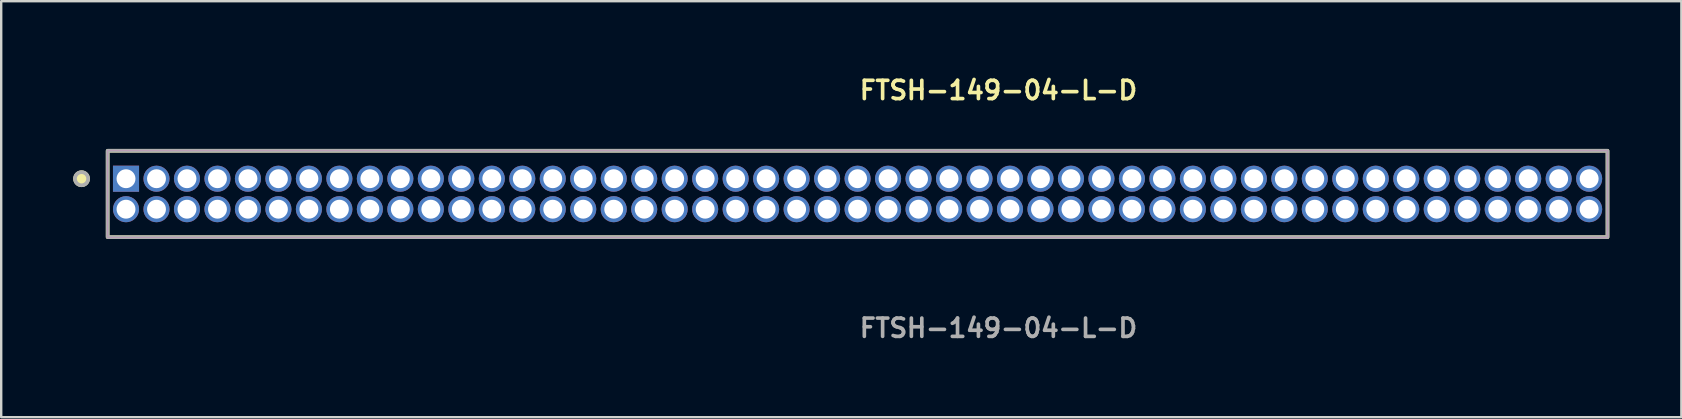
<source format=kicad_pcb>
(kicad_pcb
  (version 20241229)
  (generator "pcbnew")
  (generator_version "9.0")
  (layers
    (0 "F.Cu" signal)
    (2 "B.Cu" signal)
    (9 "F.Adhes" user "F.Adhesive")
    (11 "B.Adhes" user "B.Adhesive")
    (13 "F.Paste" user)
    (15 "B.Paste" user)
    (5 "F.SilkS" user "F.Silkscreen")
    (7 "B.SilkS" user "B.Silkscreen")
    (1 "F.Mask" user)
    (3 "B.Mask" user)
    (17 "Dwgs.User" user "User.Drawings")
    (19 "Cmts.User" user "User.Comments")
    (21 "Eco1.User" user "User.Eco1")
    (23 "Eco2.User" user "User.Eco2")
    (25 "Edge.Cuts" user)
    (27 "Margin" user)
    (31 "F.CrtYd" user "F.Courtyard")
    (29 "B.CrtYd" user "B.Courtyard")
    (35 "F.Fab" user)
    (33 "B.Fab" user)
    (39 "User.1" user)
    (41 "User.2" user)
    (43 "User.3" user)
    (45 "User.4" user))
  (footprint "FTSH-149-04-L-D"
    (layer "F.Cu")
    (at 32.68 5.031)
    (property "Reference" "FTSH-149-04-L-D" (at 0 -4.318 0) (unlocked yes) (layer "F.SilkS") (effects (font (size 0.762 0.762) (thickness 0.152)) (justify left)))
    (fp_rect (start -31.245 1.8) (end 31.245 -1.8) (stroke (width 0.152) (type solid)) (fill no) (layer "F.SilkS"))
    (fp_circle (center -32.332 -0.635) (end -32.604 -0.635) (stroke (width 0.152) (type solid)) (fill yes) (layer "F.SilkS"))
    (fp_rect (start -31.245 1.8) (end 31.245 -1.8) (stroke (width 0.006) (type solid)) (fill no) (layer "F.CrtYd"))
    (fp_rect (start -31.245 1.8) (end 31.245 -1.8) (stroke (width 0.152) (type solid)) (fill no) (layer "F.Fab"))
    (fp_circle (center -32.332 -0.635) (end -32.604 -0.635) (stroke (width 0.152) (type solid)) (fill no) (layer "F.Fab"))
    (fp_text user "${REFERENCE}" (at 0 5.588 0) (unlocked yes) (layer "F.Fab") (effects (font (size 0.762 0.762) (thickness 0.152)) (justify left)))
    (pad "1" thru_hole rect (at -30.48 -0.635) (size 1.087 1.087) (drill 0.787) (layers "*.Cu" "*.Mask"))
    (pad "2" thru_hole circle (at -30.48 0.635) (size 1.087 1.087) (drill 0.787) (layers "*.Cu" "*.Mask"))
    (pad "3" thru_hole circle (at -29.21 -0.635) (size 1.087 1.087) (drill 0.787) (layers "*.Cu" "*.Mask"))
    (pad "4" thru_hole circle (at -29.21 0.635) (size 1.087 1.087) (drill 0.787) (layers "*.Cu" "*.Mask"))
    (pad "5" thru_hole circle (at -27.94 -0.635) (size 1.087 1.087) (drill 0.787) (layers "*.Cu" "*.Mask"))
    (pad "6" thru_hole circle (at -27.94 0.635) (size 1.087 1.087) (drill 0.787) (layers "*.Cu" "*.Mask"))
    (pad "7" thru_hole circle (at -26.67 -0.635) (size 1.087 1.087) (drill 0.787) (layers "*.Cu" "*.Mask"))
    (pad "8" thru_hole circle (at -26.67 0.635) (size 1.087 1.087) (drill 0.787) (layers "*.Cu" "*.Mask"))
    (pad "9" thru_hole circle (at -25.4 -0.635) (size 1.087 1.087) (drill 0.787) (layers "*.Cu" "*.Mask"))
    (pad "10" thru_hole circle (at -25.4 0.635) (size 1.087 1.087) (drill 0.787) (layers "*.Cu" "*.Mask"))
    (pad "11" thru_hole circle (at -24.13 -0.635) (size 1.087 1.087) (drill 0.787) (layers "*.Cu" "*.Mask"))
    (pad "12" thru_hole circle (at -24.13 0.635) (size 1.087 1.087) (drill 0.787) (layers "*.Cu" "*.Mask"))
    (pad "13" thru_hole circle (at -22.86 -0.635) (size 1.087 1.087) (drill 0.787) (layers "*.Cu" "*.Mask"))
    (pad "14" thru_hole circle (at -22.86 0.635) (size 1.087 1.087) (drill 0.787) (layers "*.Cu" "*.Mask"))
    (pad "15" thru_hole circle (at -21.59 -0.635) (size 1.087 1.087) (drill 0.787) (layers "*.Cu" "*.Mask"))
    (pad "16" thru_hole circle (at -21.59 0.635) (size 1.087 1.087) (drill 0.787) (layers "*.Cu" "*.Mask"))
    (pad "17" thru_hole circle (at -20.32 -0.635) (size 1.087 1.087) (drill 0.787) (layers "*.Cu" "*.Mask"))
    (pad "18" thru_hole circle (at -20.32 0.635) (size 1.087 1.087) (drill 0.787) (layers "*.Cu" "*.Mask"))
    (pad "19" thru_hole circle (at -19.05 -0.635) (size 1.087 1.087) (drill 0.787) (layers "*.Cu" "*.Mask"))
    (pad "20" thru_hole circle (at -19.05 0.635) (size 1.087 1.087) (drill 0.787) (layers "*.Cu" "*.Mask"))
    (pad "21" thru_hole circle (at -17.78 -0.635) (size 1.087 1.087) (drill 0.787) (layers "*.Cu" "*.Mask"))
    (pad "22" thru_hole circle (at -17.78 0.635) (size 1.087 1.087) (drill 0.787) (layers "*.Cu" "*.Mask"))
    (pad "23" thru_hole circle (at -16.51 -0.635) (size 1.087 1.087) (drill 0.787) (layers "*.Cu" "*.Mask"))
    (pad "24" thru_hole circle (at -16.51 0.635) (size 1.087 1.087) (drill 0.787) (layers "*.Cu" "*.Mask"))
    (pad "25" thru_hole circle (at -15.24 -0.635) (size 1.087 1.087) (drill 0.787) (layers "*.Cu" "*.Mask"))
    (pad "26" thru_hole circle (at -15.24 0.635) (size 1.087 1.087) (drill 0.787) (layers "*.Cu" "*.Mask"))
    (pad "27" thru_hole circle (at -13.97 -0.635) (size 1.087 1.087) (drill 0.787) (layers "*.Cu" "*.Mask"))
    (pad "28" thru_hole circle (at -13.97 0.635) (size 1.087 1.087) (drill 0.787) (layers "*.Cu" "*.Mask"))
    (pad "29" thru_hole circle (at -12.7 -0.635) (size 1.087 1.087) (drill 0.787) (layers "*.Cu" "*.Mask"))
    (pad "30" thru_hole circle (at -12.7 0.635) (size 1.087 1.087) (drill 0.787) (layers "*.Cu" "*.Mask"))
    (pad "31" thru_hole circle (at -11.43 -0.635) (size 1.087 1.087) (drill 0.787) (layers "*.Cu" "*.Mask"))
    (pad "32" thru_hole circle (at -11.43 0.635) (size 1.087 1.087) (drill 0.787) (layers "*.Cu" "*.Mask"))
    (pad "33" thru_hole circle (at -10.16 -0.635) (size 1.087 1.087) (drill 0.787) (layers "*.Cu" "*.Mask"))
    (pad "34" thru_hole circle (at -10.16 0.635) (size 1.087 1.087) (drill 0.787) (layers "*.Cu" "*.Mask"))
    (pad "35" thru_hole circle (at -8.89 -0.635) (size 1.087 1.087) (drill 0.787) (layers "*.Cu" "*.Mask"))
    (pad "36" thru_hole circle (at -8.89 0.635) (size 1.087 1.087) (drill 0.787) (layers "*.Cu" "*.Mask"))
    (pad "37" thru_hole circle (at -7.62 -0.635) (size 1.087 1.087) (drill 0.787) (layers "*.Cu" "*.Mask"))
    (pad "38" thru_hole circle (at -7.62 0.635) (size 1.087 1.087) (drill 0.787) (layers "*.Cu" "*.Mask"))
    (pad "39" thru_hole circle (at -6.35 -0.635) (size 1.087 1.087) (drill 0.787) (layers "*.Cu" "*.Mask"))
    (pad "40" thru_hole circle (at -6.35 0.635) (size 1.087 1.087) (drill 0.787) (layers "*.Cu" "*.Mask"))
    (pad "41" thru_hole circle (at -5.08 -0.635) (size 1.087 1.087) (drill 0.787) (layers "*.Cu" "*.Mask"))
    (pad "42" thru_hole circle (at -5.08 0.635) (size 1.087 1.087) (drill 0.787) (layers "*.Cu" "*.Mask"))
    (pad "43" thru_hole circle (at -3.81 -0.635) (size 1.087 1.087) (drill 0.787) (layers "*.Cu" "*.Mask"))
    (pad "44" thru_hole circle (at -3.81 0.635) (size 1.087 1.087) (drill 0.787) (layers "*.Cu" "*.Mask"))
    (pad "45" thru_hole circle (at -2.54 -0.635) (size 1.087 1.087) (drill 0.787) (layers "*.Cu" "*.Mask"))
    (pad "46" thru_hole circle (at -2.54 0.635) (size 1.087 1.087) (drill 0.787) (layers "*.Cu" "*.Mask"))
    (pad "47" thru_hole circle (at -1.27 -0.635) (size 1.087 1.087) (drill 0.787) (layers "*.Cu" "*.Mask"))
    (pad "48" thru_hole circle (at -1.27 0.635) (size 1.087 1.087) (drill 0.787) (layers "*.Cu" "*.Mask"))
    (pad "49" thru_hole circle (at 0 -0.635) (size 1.087 1.087) (drill 0.787) (layers "*.Cu" "*.Mask"))
    (pad "50" thru_hole circle (at 0 0.635) (size 1.087 1.087) (drill 0.787) (layers "*.Cu" "*.Mask"))
    (pad "51" thru_hole circle (at 1.27 -0.635) (size 1.087 1.087) (drill 0.787) (layers "*.Cu" "*.Mask"))
    (pad "52" thru_hole circle (at 1.27 0.635) (size 1.087 1.087) (drill 0.787) (layers "*.Cu" "*.Mask"))
    (pad "53" thru_hole circle (at 2.54 -0.635) (size 1.087 1.087) (drill 0.787) (layers "*.Cu" "*.Mask"))
    (pad "54" thru_hole circle (at 2.54 0.635) (size 1.087 1.087) (drill 0.787) (layers "*.Cu" "*.Mask"))
    (pad "55" thru_hole circle (at 3.81 -0.635) (size 1.087 1.087) (drill 0.787) (layers "*.Cu" "*.Mask"))
    (pad "56" thru_hole circle (at 3.81 0.635) (size 1.087 1.087) (drill 0.787) (layers "*.Cu" "*.Mask"))
    (pad "57" thru_hole circle (at 5.08 -0.635) (size 1.087 1.087) (drill 0.787) (layers "*.Cu" "*.Mask"))
    (pad "58" thru_hole circle (at 5.08 0.635) (size 1.087 1.087) (drill 0.787) (layers "*.Cu" "*.Mask"))
    (pad "59" thru_hole circle (at 6.35 -0.635) (size 1.087 1.087) (drill 0.787) (layers "*.Cu" "*.Mask"))
    (pad "60" thru_hole circle (at 6.35 0.635) (size 1.087 1.087) (drill 0.787) (layers "*.Cu" "*.Mask"))
    (pad "61" thru_hole circle (at 7.62 -0.635) (size 1.087 1.087) (drill 0.787) (layers "*.Cu" "*.Mask"))
    (pad "62" thru_hole circle (at 7.62 0.635) (size 1.087 1.087) (drill 0.787) (layers "*.Cu" "*.Mask"))
    (pad "63" thru_hole circle (at 8.89 -0.635) (size 1.087 1.087) (drill 0.787) (layers "*.Cu" "*.Mask"))
    (pad "64" thru_hole circle (at 8.89 0.635) (size 1.087 1.087) (drill 0.787) (layers "*.Cu" "*.Mask"))
    (pad "65" thru_hole circle (at 10.16 -0.635) (size 1.087 1.087) (drill 0.787) (layers "*.Cu" "*.Mask"))
    (pad "66" thru_hole circle (at 10.16 0.635) (size 1.087 1.087) (drill 0.787) (layers "*.Cu" "*.Mask"))
    (pad "67" thru_hole circle (at 11.43 -0.635) (size 1.087 1.087) (drill 0.787) (layers "*.Cu" "*.Mask"))
    (pad "68" thru_hole circle (at 11.43 0.635) (size 1.087 1.087) (drill 0.787) (layers "*.Cu" "*.Mask"))
    (pad "69" thru_hole circle (at 12.7 -0.635) (size 1.087 1.087) (drill 0.787) (layers "*.Cu" "*.Mask"))
    (pad "70" thru_hole circle (at 12.7 0.635) (size 1.087 1.087) (drill 0.787) (layers "*.Cu" "*.Mask"))
    (pad "71" thru_hole circle (at 13.97 -0.635) (size 1.087 1.087) (drill 0.787) (layers "*.Cu" "*.Mask"))
    (pad "72" thru_hole circle (at 13.97 0.635) (size 1.087 1.087) (drill 0.787) (layers "*.Cu" "*.Mask"))
    (pad "73" thru_hole circle (at 15.24 -0.635) (size 1.087 1.087) (drill 0.787) (layers "*.Cu" "*.Mask"))
    (pad "74" thru_hole circle (at 15.24 0.635) (size 1.087 1.087) (drill 0.787) (layers "*.Cu" "*.Mask"))
    (pad "75" thru_hole circle (at 16.51 -0.635) (size 1.087 1.087) (drill 0.787) (layers "*.Cu" "*.Mask"))
    (pad "76" thru_hole circle (at 16.51 0.635) (size 1.087 1.087) (drill 0.787) (layers "*.Cu" "*.Mask"))
    (pad "77" thru_hole circle (at 17.78 -0.635) (size 1.087 1.087) (drill 0.787) (layers "*.Cu" "*.Mask"))
    (pad "78" thru_hole circle (at 17.78 0.635) (size 1.087 1.087) (drill 0.787) (layers "*.Cu" "*.Mask"))
    (pad "79" thru_hole circle (at 19.05 -0.635) (size 1.087 1.087) (drill 0.787) (layers "*.Cu" "*.Mask"))
    (pad "80" thru_hole circle (at 19.05 0.635) (size 1.087 1.087) (drill 0.787) (layers "*.Cu" "*.Mask"))
    (pad "81" thru_hole circle (at 20.32 -0.635) (size 1.087 1.087) (drill 0.787) (layers "*.Cu" "*.Mask"))
    (pad "82" thru_hole circle (at 20.32 0.635) (size 1.087 1.087) (drill 0.787) (layers "*.Cu" "*.Mask"))
    (pad "83" thru_hole circle (at 21.59 -0.635) (size 1.087 1.087) (drill 0.787) (layers "*.Cu" "*.Mask"))
    (pad "84" thru_hole circle (at 21.59 0.635) (size 1.087 1.087) (drill 0.787) (layers "*.Cu" "*.Mask"))
    (pad "85" thru_hole circle (at 22.86 -0.635) (size 1.087 1.087) (drill 0.787) (layers "*.Cu" "*.Mask"))
    (pad "86" thru_hole circle (at 22.86 0.635) (size 1.087 1.087) (drill 0.787) (layers "*.Cu" "*.Mask"))
    (pad "87" thru_hole circle (at 24.13 -0.635) (size 1.087 1.087) (drill 0.787) (layers "*.Cu" "*.Mask"))
    (pad "88" thru_hole circle (at 24.13 0.635) (size 1.087 1.087) (drill 0.787) (layers "*.Cu" "*.Mask"))
    (pad "89" thru_hole circle (at 25.4 -0.635) (size 1.087 1.087) (drill 0.787) (layers "*.Cu" "*.Mask"))
    (pad "90" thru_hole circle (at 25.4 0.635) (size 1.087 1.087) (drill 0.787) (layers "*.Cu" "*.Mask"))
    (pad "91" thru_hole circle (at 26.67 -0.635) (size 1.087 1.087) (drill 0.787) (layers "*.Cu" "*.Mask"))
    (pad "92" thru_hole circle (at 26.67 0.635) (size 1.087 1.087) (drill 0.787) (layers "*.Cu" "*.Mask"))
    (pad "93" thru_hole circle (at 27.94 -0.635) (size 1.087 1.087) (drill 0.787) (layers "*.Cu" "*.Mask"))
    (pad "94" thru_hole circle (at 27.94 0.635) (size 1.087 1.087) (drill 0.787) (layers "*.Cu" "*.Mask"))
    (pad "95" thru_hole circle (at 29.21 -0.635) (size 1.087 1.087) (drill 0.787) (layers "*.Cu" "*.Mask"))
    (pad "96" thru_hole circle (at 29.21 0.635) (size 1.087 1.087) (drill 0.787) (layers "*.Cu" "*.Mask"))
    (pad "97" thru_hole circle (at 30.48 -0.635) (size 1.087 1.087) (drill 0.787) (layers "*.Cu" "*.Mask"))
    (pad "98" thru_hole circle (at 30.48 0.635) (size 1.087 1.087) (drill 0.787) (layers "*.Cu" "*.Mask")))
  (gr_rect
    (start -3 -3)
    (end 67.002 14.332)
    (stroke (width 0.1) (type default))
    (fill no)
    (layer "Edge.Cuts")))
</source>
